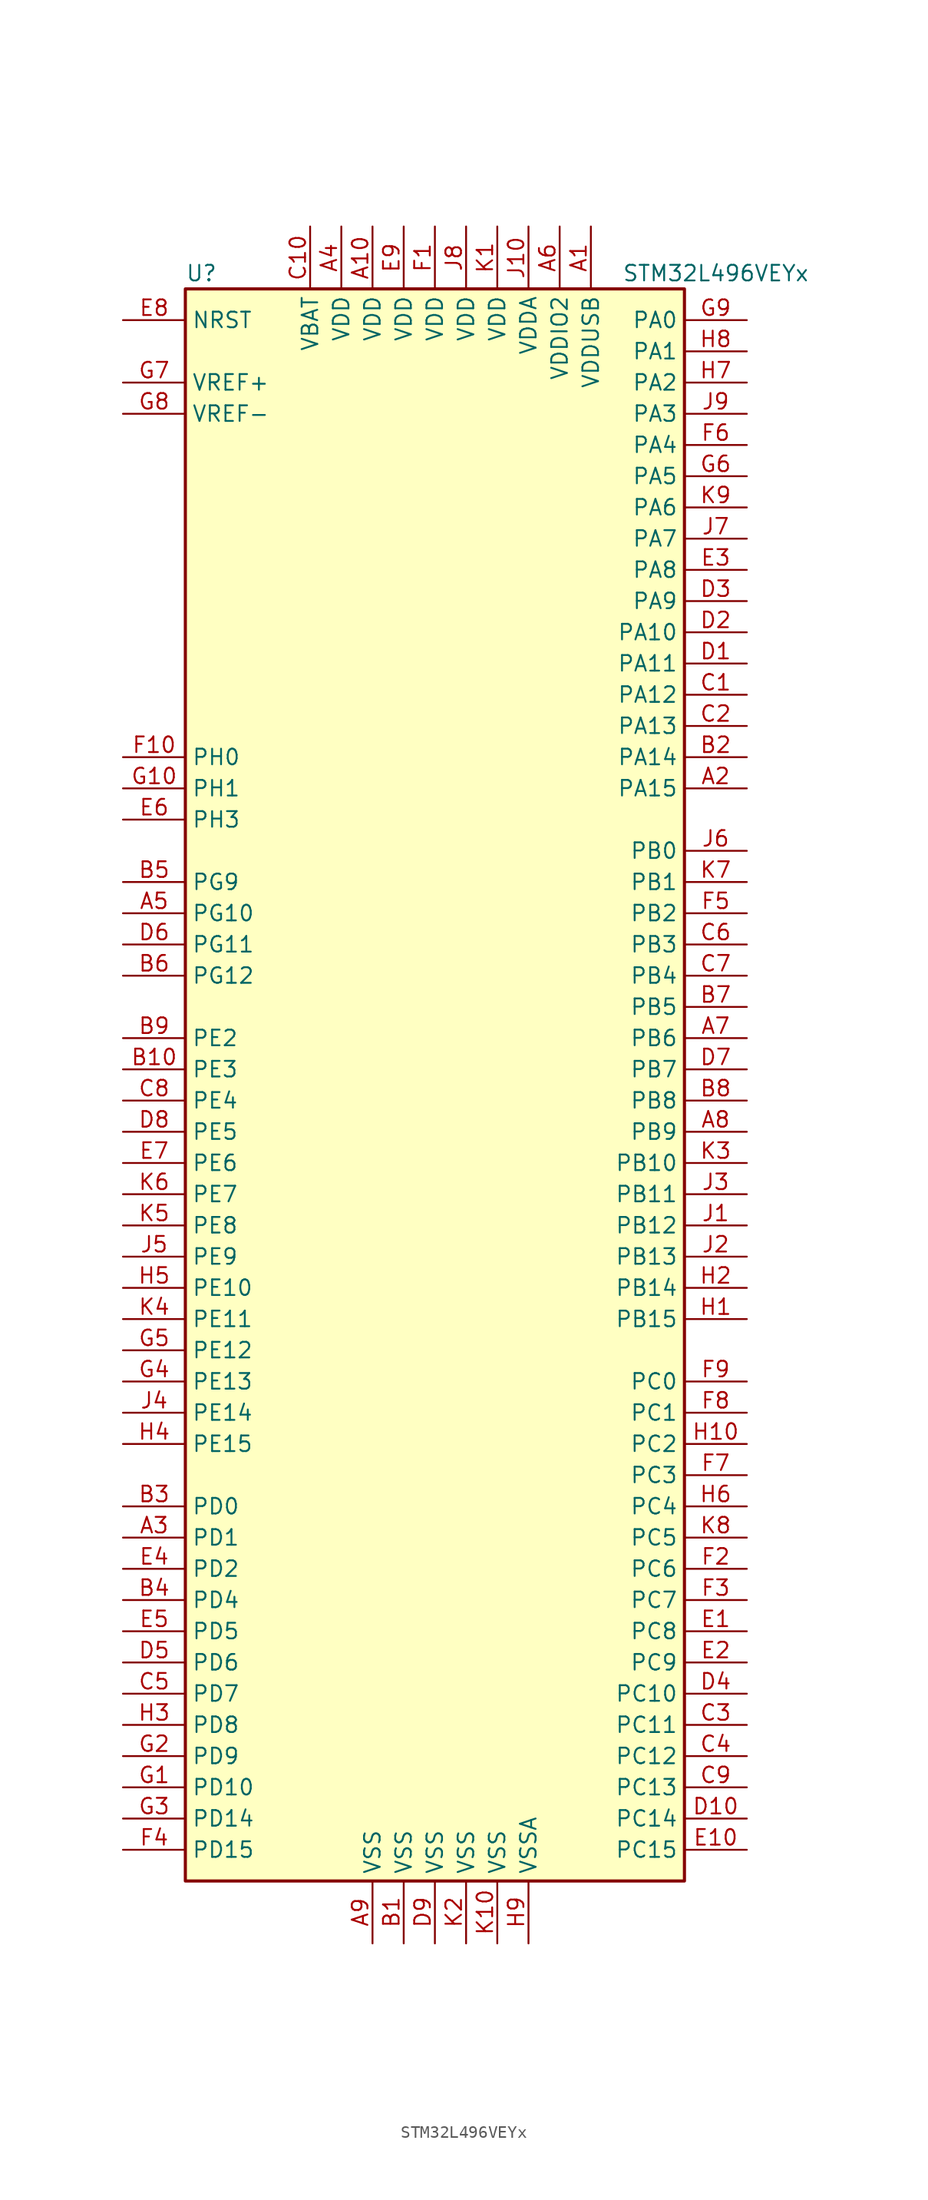
<source format=kicad_sym>
(kicad_symbol_lib
  (version 20201005)
  (generator kicad_symbol_editor)
  (symbol "STM32L496VEYx"
    (property "Reference" "U"
      (at -20.32 64.77 0)
      (effects (font (size 1.27 1.27)) (justify left)))
    (property "Value" "STM32L496VEYx"
      (at 15.24 64.77 0)
      (effects (font (size 1.27 1.27)) (justify left)))
    (symbol "STM32L496VEYx_0_1"
      (rectangle (start -20.32 -66.04) (end 20.32 63.5) (stroke (width 0.254)) (fill (type background))))
    (symbol "STM32L496VEYx_1_1"
      (pin input line (at -25.4 60.96 0) (length 5.08) (name "NRST" (effects (font (size 1.27 1.27)))) (number "E8" (effects (font (size 1.27 1.27)))))
      (pin bidirectional line (at 25.4 60.96 180) (length 5.08) (name "PA0" (effects (font (size 1.27 1.27)))) (number "G9" (effects (font (size 1.27 1.27)))))
      (pin bidirectional line (at 25.4 58.42 180) (length 5.08) (name "PA1" (effects (font (size 1.27 1.27)))) (number "H8" (effects (font (size 1.27 1.27)))))
      (pin bidirectional line (at 25.4 35.56 180) (length 5.08) (name "PA10" (effects (font (size 1.27 1.27)))) (number "D2" (effects (font (size 1.27 1.27)))))
      (pin bidirectional line (at 25.4 33.02 180) (length 5.08) (name "PA11" (effects (font (size 1.27 1.27)))) (number "D1" (effects (font (size 1.27 1.27)))))
      (pin bidirectional line (at 25.4 30.48 180) (length 5.08) (name "PA12" (effects (font (size 1.27 1.27)))) (number "C1" (effects (font (size 1.27 1.27)))))
      (pin bidirectional line (at 25.4 27.94 180) (length 5.08) (name "PA13" (effects (font (size 1.27 1.27)))) (number "C2" (effects (font (size 1.27 1.27)))))
      (pin bidirectional line (at 25.4 25.4 180) (length 5.08) (name "PA14" (effects (font (size 1.27 1.27)))) (number "B2" (effects (font (size 1.27 1.27)))))
      (pin bidirectional line (at 25.4 22.86 180) (length 5.08) (name "PA15" (effects (font (size 1.27 1.27)))) (number "A2" (effects (font (size 1.27 1.27)))))
      (pin bidirectional line (at 25.4 55.88 180) (length 5.08) (name "PA2" (effects (font (size 1.27 1.27)))) (number "H7" (effects (font (size 1.27 1.27)))))
      (pin bidirectional line (at 25.4 53.34 180) (length 5.08) (name "PA3" (effects (font (size 1.27 1.27)))) (number "J9" (effects (font (size 1.27 1.27)))))
      (pin bidirectional line (at 25.4 50.8 180) (length 5.08) (name "PA4" (effects (font (size 1.27 1.27)))) (number "F6" (effects (font (size 1.27 1.27)))))
      (pin bidirectional line (at 25.4 48.26 180) (length 5.08) (name "PA5" (effects (font (size 1.27 1.27)))) (number "G6" (effects (font (size 1.27 1.27)))))
      (pin bidirectional line (at 25.4 45.72 180) (length 5.08) (name "PA6" (effects (font (size 1.27 1.27)))) (number "K9" (effects (font (size 1.27 1.27)))))
      (pin bidirectional line (at 25.4 43.18 180) (length 5.08) (name "PA7" (effects (font (size 1.27 1.27)))) (number "J7" (effects (font (size 1.27 1.27)))))
      (pin bidirectional line (at 25.4 40.64 180) (length 5.08) (name "PA8" (effects (font (size 1.27 1.27)))) (number "E3" (effects (font (size 1.27 1.27)))))
      (pin bidirectional line (at 25.4 38.1 180) (length 5.08) (name "PA9" (effects (font (size 1.27 1.27)))) (number "D3" (effects (font (size 1.27 1.27)))))
      (pin bidirectional line (at 25.4 17.78 180) (length 5.08) (name "PB0" (effects (font (size 1.27 1.27)))) (number "J6" (effects (font (size 1.27 1.27)))))
      (pin bidirectional line (at 25.4 15.24 180) (length 5.08) (name "PB1" (effects (font (size 1.27 1.27)))) (number "K7" (effects (font (size 1.27 1.27)))))
      (pin bidirectional line (at 25.4 -7.62 180) (length 5.08) (name "PB10" (effects (font (size 1.27 1.27)))) (number "K3" (effects (font (size 1.27 1.27)))))
      (pin bidirectional line (at 25.4 -10.16 180) (length 5.08) (name "PB11" (effects (font (size 1.27 1.27)))) (number "J3" (effects (font (size 1.27 1.27)))))
      (pin bidirectional line (at 25.4 -12.7 180) (length 5.08) (name "PB12" (effects (font (size 1.27 1.27)))) (number "J1" (effects (font (size 1.27 1.27)))))
      (pin bidirectional line (at 25.4 -15.24 180) (length 5.08) (name "PB13" (effects (font (size 1.27 1.27)))) (number "J2" (effects (font (size 1.27 1.27)))))
      (pin bidirectional line (at 25.4 -17.78 180) (length 5.08) (name "PB14" (effects (font (size 1.27 1.27)))) (number "H2" (effects (font (size 1.27 1.27)))))
      (pin bidirectional line (at 25.4 -20.32 180) (length 5.08) (name "PB15" (effects (font (size 1.27 1.27)))) (number "H1" (effects (font (size 1.27 1.27)))))
      (pin bidirectional line (at 25.4 12.7 180) (length 5.08) (name "PB2" (effects (font (size 1.27 1.27)))) (number "F5" (effects (font (size 1.27 1.27)))))
      (pin bidirectional line (at 25.4 10.16 180) (length 5.08) (name "PB3" (effects (font (size 1.27 1.27)))) (number "C6" (effects (font (size 1.27 1.27)))))
      (pin bidirectional line (at 25.4 7.62 180) (length 5.08) (name "PB4" (effects (font (size 1.27 1.27)))) (number "C7" (effects (font (size 1.27 1.27)))))
      (pin bidirectional line (at 25.4 5.08 180) (length 5.08) (name "PB5" (effects (font (size 1.27 1.27)))) (number "B7" (effects (font (size 1.27 1.27)))))
      (pin bidirectional line (at 25.4 2.54 180) (length 5.08) (name "PB6" (effects (font (size 1.27 1.27)))) (number "A7" (effects (font (size 1.27 1.27)))))
      (pin bidirectional line (at 25.4 0 180) (length 5.08) (name "PB7" (effects (font (size 1.27 1.27)))) (number "D7" (effects (font (size 1.27 1.27)))))
      (pin bidirectional line (at 25.4 -2.54 180) (length 5.08) (name "PB8" (effects (font (size 1.27 1.27)))) (number "B8" (effects (font (size 1.27 1.27)))))
      (pin bidirectional line (at 25.4 -5.08 180) (length 5.08) (name "PB9" (effects (font (size 1.27 1.27)))) (number "A8" (effects (font (size 1.27 1.27)))))
      (pin bidirectional line (at 25.4 -25.4 180) (length 5.08) (name "PC0" (effects (font (size 1.27 1.27)))) (number "F9" (effects (font (size 1.27 1.27)))))
      (pin bidirectional line (at 25.4 -27.94 180) (length 5.08) (name "PC1" (effects (font (size 1.27 1.27)))) (number "F8" (effects (font (size 1.27 1.27)))))
      (pin bidirectional line (at 25.4 -50.8 180) (length 5.08) (name "PC10" (effects (font (size 1.27 1.27)))) (number "D4" (effects (font (size 1.27 1.27)))))
      (pin bidirectional line (at 25.4 -53.34 180) (length 5.08) (name "PC11" (effects (font (size 1.27 1.27)))) (number "C3" (effects (font (size 1.27 1.27)))))
      (pin bidirectional line (at 25.4 -55.88 180) (length 5.08) (name "PC12" (effects (font (size 1.27 1.27)))) (number "C4" (effects (font (size 1.27 1.27)))))
      (pin bidirectional line (at 25.4 -58.42 180) (length 5.08) (name "PC13" (effects (font (size 1.27 1.27)))) (number "C9" (effects (font (size 1.27 1.27)))))
      (pin bidirectional line (at 25.4 -60.96 180) (length 5.08) (name "PC14" (effects (font (size 1.27 1.27)))) (number "D10" (effects (font (size 1.27 1.27)))))
      (pin bidirectional line (at 25.4 -63.5 180) (length 5.08) (name "PC15" (effects (font (size 1.27 1.27)))) (number "E10" (effects (font (size 1.27 1.27)))))
      (pin bidirectional line (at 25.4 -30.48 180) (length 5.08) (name "PC2" (effects (font (size 1.27 1.27)))) (number "H10" (effects (font (size 1.27 1.27)))))
      (pin bidirectional line (at 25.4 -33.02 180) (length 5.08) (name "PC3" (effects (font (size 1.27 1.27)))) (number "F7" (effects (font (size 1.27 1.27)))))
      (pin bidirectional line (at 25.4 -35.56 180) (length 5.08) (name "PC4" (effects (font (size 1.27 1.27)))) (number "H6" (effects (font (size 1.27 1.27)))))
      (pin bidirectional line (at 25.4 -38.1 180) (length 5.08) (name "PC5" (effects (font (size 1.27 1.27)))) (number "K8" (effects (font (size 1.27 1.27)))))
      (pin bidirectional line (at 25.4 -40.64 180) (length 5.08) (name "PC6" (effects (font (size 1.27 1.27)))) (number "F2" (effects (font (size 1.27 1.27)))))
      (pin bidirectional line (at 25.4 -43.18 180) (length 5.08) (name "PC7" (effects (font (size 1.27 1.27)))) (number "F3" (effects (font (size 1.27 1.27)))))
      (pin bidirectional line (at 25.4 -45.72 180) (length 5.08) (name "PC8" (effects (font (size 1.27 1.27)))) (number "E1" (effects (font (size 1.27 1.27)))))
      (pin bidirectional line (at 25.4 -48.26 180) (length 5.08) (name "PC9" (effects (font (size 1.27 1.27)))) (number "E2" (effects (font (size 1.27 1.27)))))
      (pin bidirectional line (at -25.4 -35.56 0) (length 5.08) (name "PD0" (effects (font (size 1.27 1.27)))) (number "B3" (effects (font (size 1.27 1.27)))))
      (pin bidirectional line (at -25.4 -38.1 0) (length 5.08) (name "PD1" (effects (font (size 1.27 1.27)))) (number "A3" (effects (font (size 1.27 1.27)))))
      (pin bidirectional line (at -25.4 -58.42 0) (length 5.08) (name "PD10" (effects (font (size 1.27 1.27)))) (number "G1" (effects (font (size 1.27 1.27)))))
      (pin bidirectional line (at -25.4 -60.96 0) (length 5.08) (name "PD14" (effects (font (size 1.27 1.27)))) (number "G3" (effects (font (size 1.27 1.27)))))
      (pin bidirectional line (at -25.4 -63.5 0) (length 5.08) (name "PD15" (effects (font (size 1.27 1.27)))) (number "F4" (effects (font (size 1.27 1.27)))))
      (pin bidirectional line (at -25.4 -40.64 0) (length 5.08) (name "PD2" (effects (font (size 1.27 1.27)))) (number "E4" (effects (font (size 1.27 1.27)))))
      (pin bidirectional line (at -25.4 -43.18 0) (length 5.08) (name "PD4" (effects (font (size 1.27 1.27)))) (number "B4" (effects (font (size 1.27 1.27)))))
      (pin bidirectional line (at -25.4 -45.72 0) (length 5.08) (name "PD5" (effects (font (size 1.27 1.27)))) (number "E5" (effects (font (size 1.27 1.27)))))
      (pin bidirectional line (at -25.4 -48.26 0) (length 5.08) (name "PD6" (effects (font (size 1.27 1.27)))) (number "D5" (effects (font (size 1.27 1.27)))))
      (pin bidirectional line (at -25.4 -50.8 0) (length 5.08) (name "PD7" (effects (font (size 1.27 1.27)))) (number "C5" (effects (font (size 1.27 1.27)))))
      (pin bidirectional line (at -25.4 -53.34 0) (length 5.08) (name "PD8" (effects (font (size 1.27 1.27)))) (number "H3" (effects (font (size 1.27 1.27)))))
      (pin bidirectional line (at -25.4 -55.88 0) (length 5.08) (name "PD9" (effects (font (size 1.27 1.27)))) (number "G2" (effects (font (size 1.27 1.27)))))
      (pin bidirectional line (at -25.4 -17.78 0) (length 5.08) (name "PE10" (effects (font (size 1.27 1.27)))) (number "H5" (effects (font (size 1.27 1.27)))))
      (pin bidirectional line (at -25.4 -20.32 0) (length 5.08) (name "PE11" (effects (font (size 1.27 1.27)))) (number "K4" (effects (font (size 1.27 1.27)))))
      (pin bidirectional line (at -25.4 -22.86 0) (length 5.08) (name "PE12" (effects (font (size 1.27 1.27)))) (number "G5" (effects (font (size 1.27 1.27)))))
      (pin bidirectional line (at -25.4 -25.4 0) (length 5.08) (name "PE13" (effects (font (size 1.27 1.27)))) (number "G4" (effects (font (size 1.27 1.27)))))
      (pin bidirectional line (at -25.4 -27.94 0) (length 5.08) (name "PE14" (effects (font (size 1.27 1.27)))) (number "J4" (effects (font (size 1.27 1.27)))))
      (pin bidirectional line (at -25.4 -30.48 0) (length 5.08) (name "PE15" (effects (font (size 1.27 1.27)))) (number "H4" (effects (font (size 1.27 1.27)))))
      (pin bidirectional line (at -25.4 2.54 0) (length 5.08) (name "PE2" (effects (font (size 1.27 1.27)))) (number "B9" (effects (font (size 1.27 1.27)))))
      (pin bidirectional line (at -25.4 0 0) (length 5.08) (name "PE3" (effects (font (size 1.27 1.27)))) (number "B10" (effects (font (size 1.27 1.27)))))
      (pin bidirectional line (at -25.4 -2.54 0) (length 5.08) (name "PE4" (effects (font (size 1.27 1.27)))) (number "C8" (effects (font (size 1.27 1.27)))))
      (pin bidirectional line (at -25.4 -5.08 0) (length 5.08) (name "PE5" (effects (font (size 1.27 1.27)))) (number "D8" (effects (font (size 1.27 1.27)))))
      (pin bidirectional line (at -25.4 -7.62 0) (length 5.08) (name "PE6" (effects (font (size 1.27 1.27)))) (number "E7" (effects (font (size 1.27 1.27)))))
      (pin bidirectional line (at -25.4 -10.16 0) (length 5.08) (name "PE7" (effects (font (size 1.27 1.27)))) (number "K6" (effects (font (size 1.27 1.27)))))
      (pin bidirectional line (at -25.4 -12.7 0) (length 5.08) (name "PE8" (effects (font (size 1.27 1.27)))) (number "K5" (effects (font (size 1.27 1.27)))))
      (pin bidirectional line (at -25.4 -15.24 0) (length 5.08) (name "PE9" (effects (font (size 1.27 1.27)))) (number "J5" (effects (font (size 1.27 1.27)))))
      (pin bidirectional line (at -25.4 12.7 0) (length 5.08) (name "PG10" (effects (font (size 1.27 1.27)))) (number "A5" (effects (font (size 1.27 1.27)))))
      (pin bidirectional line (at -25.4 10.16 0) (length 5.08) (name "PG11" (effects (font (size 1.27 1.27)))) (number "D6" (effects (font (size 1.27 1.27)))))
      (pin bidirectional line (at -25.4 7.62 0) (length 5.08) (name "PG12" (effects (font (size 1.27 1.27)))) (number "B6" (effects (font (size 1.27 1.27)))))
      (pin bidirectional line (at -25.4 15.24 0) (length 5.08) (name "PG9" (effects (font (size 1.27 1.27)))) (number "B5" (effects (font (size 1.27 1.27)))))
      (pin input line (at -25.4 25.4 0) (length 5.08) (name "PH0" (effects (font (size 1.27 1.27)))) (number "F10" (effects (font (size 1.27 1.27)))))
      (pin input line (at -25.4 22.86 0) (length 5.08) (name "PH1" (effects (font (size 1.27 1.27)))) (number "G10" (effects (font (size 1.27 1.27)))))
      (pin bidirectional line (at -25.4 20.32 0) (length 5.08) (name "PH3" (effects (font (size 1.27 1.27)))) (number "E6" (effects (font (size 1.27 1.27)))))
      (pin power_in line (at -10.16 68.58 270) (length 5.08) (name "VBAT" (effects (font (size 1.27 1.27)))) (number "C10" (effects (font (size 1.27 1.27)))))
      (pin power_in line (at -5.08 68.58 270) (length 5.08) (name "VDD" (effects (font (size 1.27 1.27)))) (number "A10" (effects (font (size 1.27 1.27)))))
      (pin power_in line (at -7.62 68.58 270) (length 5.08) (name "VDD" (effects (font (size 1.27 1.27)))) (number "A4" (effects (font (size 1.27 1.27)))))
      (pin power_in line (at -2.54 68.58 270) (length 5.08) (name "VDD" (effects (font (size 1.27 1.27)))) (number "E9" (effects (font (size 1.27 1.27)))))
      (pin power_in line (at 0 68.58 270) (length 5.08) (name "VDD" (effects (font (size 1.27 1.27)))) (number "F1" (effects (font (size 1.27 1.27)))))
      (pin power_in line (at 2.54 68.58 270) (length 5.08) (name "VDD" (effects (font (size 1.27 1.27)))) (number "J8" (effects (font (size 1.27 1.27)))))
      (pin power_in line (at 5.08 68.58 270) (length 5.08) (name "VDD" (effects (font (size 1.27 1.27)))) (number "K1" (effects (font (size 1.27 1.27)))))
      (pin power_in line (at 7.62 68.58 270) (length 5.08) (name "VDDA" (effects (font (size 1.27 1.27)))) (number "J10" (effects (font (size 1.27 1.27)))))
      (pin power_in line (at 10.16 68.58 270) (length 5.08) (name "VDDIO2" (effects (font (size 1.27 1.27)))) (number "A6" (effects (font (size 1.27 1.27)))))
      (pin power_in line (at 12.7 68.58 270) (length 5.08) (name "VDDUSB" (effects (font (size 1.27 1.27)))) (number "A1" (effects (font (size 1.27 1.27)))))
      (pin bidirectional line (at -25.4 55.88 0) (length 5.08) (name "VREF+" (effects (font (size 1.27 1.27)))) (number "G7" (effects (font (size 1.27 1.27)))))
      (pin power_in line (at -25.4 53.34 0) (length 5.08) (name "VREF-" (effects (font (size 1.27 1.27)))) (number "G8" (effects (font (size 1.27 1.27)))))
      (pin power_in line (at -5.08 -71.12 90) (length 5.08) (name "VSS" (effects (font (size 1.27 1.27)))) (number "A9" (effects (font (size 1.27 1.27)))))
      (pin power_in line (at -2.54 -71.12 90) (length 5.08) (name "VSS" (effects (font (size 1.27 1.27)))) (number "B1" (effects (font (size 1.27 1.27)))))
      (pin power_in line (at 0 -71.12 90) (length 5.08) (name "VSS" (effects (font (size 1.27 1.27)))) (number "D9" (effects (font (size 1.27 1.27)))))
      (pin power_in line (at 5.08 -71.12 90) (length 5.08) (name "VSS" (effects (font (size 1.27 1.27)))) (number "K10" (effects (font (size 1.27 1.27)))))
      (pin power_in line (at 2.54 -71.12 90) (length 5.08) (name "VSS" (effects (font (size 1.27 1.27)))) (number "K2" (effects (font (size 1.27 1.27)))))
      (pin power_in line (at 7.62 -71.12 90) (length 5.08) (name "VSSA" (effects (font (size 1.27 1.27)))) (number "H9" (effects (font (size 1.27 1.27))))))))
</source>
